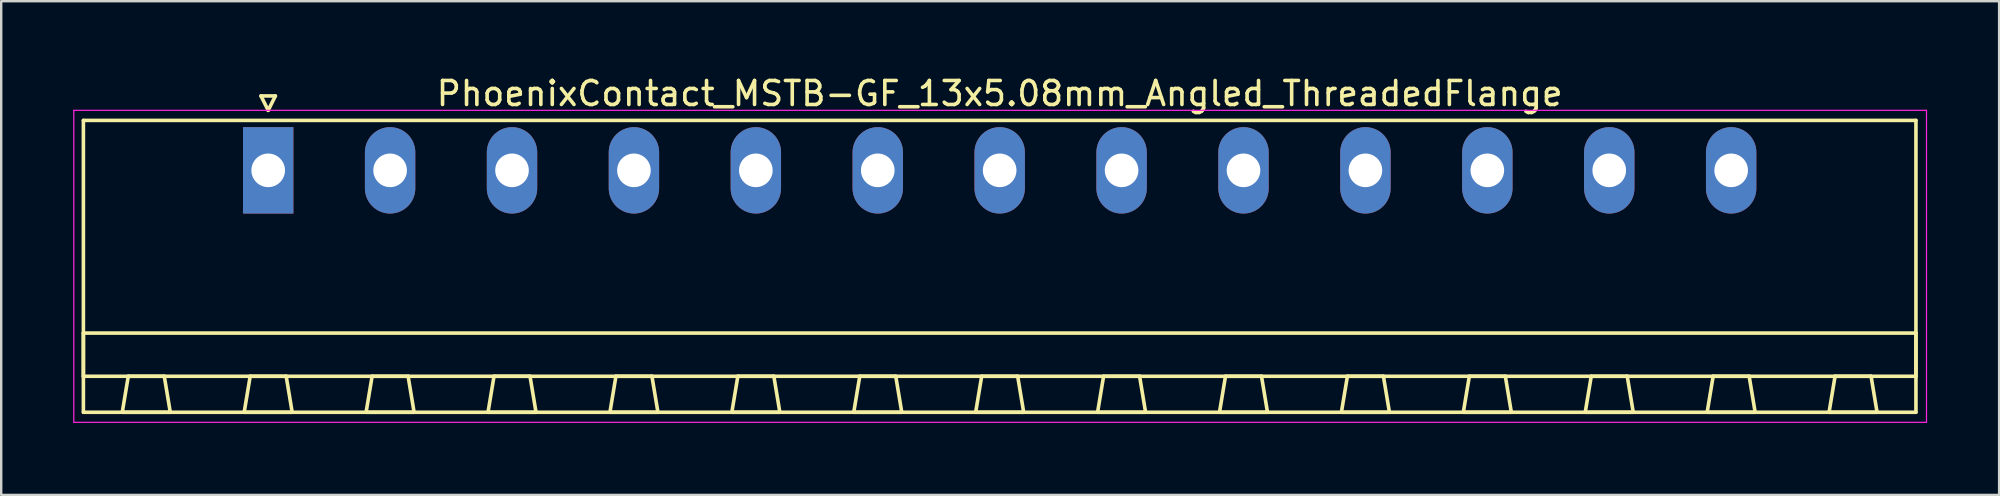
<source format=kicad_pcb>
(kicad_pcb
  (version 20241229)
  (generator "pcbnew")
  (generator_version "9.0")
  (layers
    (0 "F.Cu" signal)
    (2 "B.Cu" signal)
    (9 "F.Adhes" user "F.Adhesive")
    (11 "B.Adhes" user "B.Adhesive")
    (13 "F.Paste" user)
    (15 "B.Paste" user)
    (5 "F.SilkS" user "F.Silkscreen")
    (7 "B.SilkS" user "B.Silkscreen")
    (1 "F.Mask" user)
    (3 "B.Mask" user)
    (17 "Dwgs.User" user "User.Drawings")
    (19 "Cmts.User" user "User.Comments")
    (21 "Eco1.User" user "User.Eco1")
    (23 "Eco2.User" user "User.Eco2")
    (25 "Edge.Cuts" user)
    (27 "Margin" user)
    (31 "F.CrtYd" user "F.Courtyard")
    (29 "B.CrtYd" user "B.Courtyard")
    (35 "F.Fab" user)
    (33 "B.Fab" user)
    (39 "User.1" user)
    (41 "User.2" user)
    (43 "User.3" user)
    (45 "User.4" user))
  (footprint "PhoenixContact_MSTB-GF_13x5.08mm_Angled_ThreadedFlange"
    (layer "F.Cu")
    (at 8.125 4.048)
    (property "Reference" "PhoenixContact_MSTB-GF_13x5.08mm_Angled_ThreadedFlange" (at 30.48 -3.2 0) (layer "F.SilkS") (effects (font (size 1 1) (thickness 0.15))))
    (attr through_hole)
    (fp_line (start -7.7 -2.08) (end -7.7 10.08) (stroke (width 0.15) (type solid)) (layer "F.SilkS"))
    (fp_line (start -7.7 6.78) (end 68.66 6.78) (stroke (width 0.15) (type solid)) (layer "F.SilkS"))
    (fp_line (start -7.7 8.58) (end -7.7 6.78) (stroke (width 0.15) (type solid)) (layer "F.SilkS"))
    (fp_line (start -7.7 10.08) (end 68.66 10.08) (stroke (width 0.15) (type solid)) (layer "F.SilkS"))
    (fp_line (start -6.08 10.08) (end -4.08 10.08) (stroke (width 0.15) (type solid)) (layer "F.SilkS"))
    (fp_line (start -5.83 8.58) (end -6.08 10.08) (stroke (width 0.15) (type solid)) (layer "F.SilkS"))
    (fp_line (start -4.33 8.58) (end -5.83 8.58) (stroke (width 0.15) (type solid)) (layer "F.SilkS"))
    (fp_line (start -4.08 10.08) (end -4.33 8.58) (stroke (width 0.15) (type solid)) (layer "F.SilkS"))
    (fp_line (start -1 10.08) (end 1 10.08) (stroke (width 0.15) (type solid)) (layer "F.SilkS"))
    (fp_line (start -0.75 8.58) (end -1 10.08) (stroke (width 0.15) (type solid)) (layer "F.SilkS"))
    (fp_line (start -0.3 -3.1) (end 0 -2.5) (stroke (width 0.15) (type solid)) (layer "F.SilkS"))
    (fp_line (start 0 -2.5) (end 0.3 -3.1) (stroke (width 0.15) (type solid)) (layer "F.SilkS"))
    (fp_line (start 0.3 -3.1) (end -0.3 -3.1) (stroke (width 0.15) (type solid)) (layer "F.SilkS"))
    (fp_line (start 0.75 8.58) (end -0.75 8.58) (stroke (width 0.15) (type solid)) (layer "F.SilkS"))
    (fp_line (start 1 10.08) (end 0.75 8.58) (stroke (width 0.15) (type solid)) (layer "F.SilkS"))
    (fp_line (start 4.08 10.08) (end 6.08 10.08) (stroke (width 0.15) (type solid)) (layer "F.SilkS"))
    (fp_line (start 4.33 8.58) (end 4.08 10.08) (stroke (width 0.15) (type solid)) (layer "F.SilkS"))
    (fp_line (start 5.83 8.58) (end 4.33 8.58) (stroke (width 0.15) (type solid)) (layer "F.SilkS"))
    (fp_line (start 6.08 10.08) (end 5.83 8.58) (stroke (width 0.15) (type solid)) (layer "F.SilkS"))
    (fp_line (start 9.16 10.08) (end 11.16 10.08) (stroke (width 0.15) (type solid)) (layer "F.SilkS"))
    (fp_line (start 9.41 8.58) (end 9.16 10.08) (stroke (width 0.15) (type solid)) (layer "F.SilkS"))
    (fp_line (start 10.91 8.58) (end 9.41 8.58) (stroke (width 0.15) (type solid)) (layer "F.SilkS"))
    (fp_line (start 11.16 10.08) (end 10.91 8.58) (stroke (width 0.15) (type solid)) (layer "F.SilkS"))
    (fp_line (start 14.24 10.08) (end 16.24 10.08) (stroke (width 0.15) (type solid)) (layer "F.SilkS"))
    (fp_line (start 14.49 8.58) (end 14.24 10.08) (stroke (width 0.15) (type solid)) (layer "F.SilkS"))
    (fp_line (start 15.99 8.58) (end 14.49 8.58) (stroke (width 0.15) (type solid)) (layer "F.SilkS"))
    (fp_line (start 16.24 10.08) (end 15.99 8.58) (stroke (width 0.15) (type solid)) (layer "F.SilkS"))
    (fp_line (start 19.32 10.08) (end 21.32 10.08) (stroke (width 0.15) (type solid)) (layer "F.SilkS"))
    (fp_line (start 19.57 8.58) (end 19.32 10.08) (stroke (width 0.15) (type solid)) (layer "F.SilkS"))
    (fp_line (start 21.07 8.58) (end 19.57 8.58) (stroke (width 0.15) (type solid)) (layer "F.SilkS"))
    (fp_line (start 21.32 10.08) (end 21.07 8.58) (stroke (width 0.15) (type solid)) (layer "F.SilkS"))
    (fp_line (start 24.4 10.08) (end 26.4 10.08) (stroke (width 0.15) (type solid)) (layer "F.SilkS"))
    (fp_line (start 24.65 8.58) (end 24.4 10.08) (stroke (width 0.15) (type solid)) (layer "F.SilkS"))
    (fp_line (start 26.15 8.58) (end 24.65 8.58) (stroke (width 0.15) (type solid)) (layer "F.SilkS"))
    (fp_line (start 26.4 10.08) (end 26.15 8.58) (stroke (width 0.15) (type solid)) (layer "F.SilkS"))
    (fp_line (start 29.48 10.08) (end 31.48 10.08) (stroke (width 0.15) (type solid)) (layer "F.SilkS"))
    (fp_line (start 29.73 8.58) (end 29.48 10.08) (stroke (width 0.15) (type solid)) (layer "F.SilkS"))
    (fp_line (start 31.23 8.58) (end 29.73 8.58) (stroke (width 0.15) (type solid)) (layer "F.SilkS"))
    (fp_line (start 31.48 10.08) (end 31.23 8.58) (stroke (width 0.15) (type solid)) (layer "F.SilkS"))
    (fp_line (start 34.56 10.08) (end 36.56 10.08) (stroke (width 0.15) (type solid)) (layer "F.SilkS"))
    (fp_line (start 34.81 8.58) (end 34.56 10.08) (stroke (width 0.15) (type solid)) (layer "F.SilkS"))
    (fp_line (start 36.31 8.58) (end 34.81 8.58) (stroke (width 0.15) (type solid)) (layer "F.SilkS"))
    (fp_line (start 36.56 10.08) (end 36.31 8.58) (stroke (width 0.15) (type solid)) (layer "F.SilkS"))
    (fp_line (start 39.64 10.08) (end 41.64 10.08) (stroke (width 0.15) (type solid)) (layer "F.SilkS"))
    (fp_line (start 39.89 8.58) (end 39.64 10.08) (stroke (width 0.15) (type solid)) (layer "F.SilkS"))
    (fp_line (start 41.39 8.58) (end 39.89 8.58) (stroke (width 0.15) (type solid)) (layer "F.SilkS"))
    (fp_line (start 41.64 10.08) (end 41.39 8.58) (stroke (width 0.15) (type solid)) (layer "F.SilkS"))
    (fp_line (start 44.72 10.08) (end 46.72 10.08) (stroke (width 0.15) (type solid)) (layer "F.SilkS"))
    (fp_line (start 44.97 8.58) (end 44.72 10.08) (stroke (width 0.15) (type solid)) (layer "F.SilkS"))
    (fp_line (start 46.47 8.58) (end 44.97 8.58) (stroke (width 0.15) (type solid)) (layer "F.SilkS"))
    (fp_line (start 46.72 10.08) (end 46.47 8.58) (stroke (width 0.15) (type solid)) (layer "F.SilkS"))
    (fp_line (start 49.8 10.08) (end 51.8 10.08) (stroke (width 0.15) (type solid)) (layer "F.SilkS"))
    (fp_line (start 50.05 8.58) (end 49.8 10.08) (stroke (width 0.15) (type solid)) (layer "F.SilkS"))
    (fp_line (start 51.55 8.58) (end 50.05 8.58) (stroke (width 0.15) (type solid)) (layer "F.SilkS"))
    (fp_line (start 51.8 10.08) (end 51.55 8.58) (stroke (width 0.15) (type solid)) (layer "F.SilkS"))
    (fp_line (start 54.88 10.08) (end 56.88 10.08) (stroke (width 0.15) (type solid)) (layer "F.SilkS"))
    (fp_line (start 55.13 8.58) (end 54.88 10.08) (stroke (width 0.15) (type solid)) (layer "F.SilkS"))
    (fp_line (start 56.63 8.58) (end 55.13 8.58) (stroke (width 0.15) (type solid)) (layer "F.SilkS"))
    (fp_line (start 56.88 10.08) (end 56.63 8.58) (stroke (width 0.15) (type solid)) (layer "F.SilkS"))
    (fp_line (start 59.96 10.08) (end 61.96 10.08) (stroke (width 0.15) (type solid)) (layer "F.SilkS"))
    (fp_line (start 60.21 8.58) (end 59.96 10.08) (stroke (width 0.15) (type solid)) (layer "F.SilkS"))
    (fp_line (start 61.71 8.58) (end 60.21 8.58) (stroke (width 0.15) (type solid)) (layer "F.SilkS"))
    (fp_line (start 61.96 10.08) (end 61.71 8.58) (stroke (width 0.15) (type solid)) (layer "F.SilkS"))
    (fp_line (start 65.04 10.08) (end 67.04 10.08) (stroke (width 0.15) (type solid)) (layer "F.SilkS"))
    (fp_line (start 65.29 8.58) (end 65.04 10.08) (stroke (width 0.15) (type solid)) (layer "F.SilkS"))
    (fp_line (start 66.79 8.58) (end 65.29 8.58) (stroke (width 0.15) (type solid)) (layer "F.SilkS"))
    (fp_line (start 67.04 10.08) (end 66.79 8.58) (stroke (width 0.15) (type solid)) (layer "F.SilkS"))
    (fp_line (start 68.66 -2.08) (end -7.7 -2.08) (stroke (width 0.15) (type solid)) (layer "F.SilkS"))
    (fp_line (start 68.66 6.78) (end 68.66 8.58) (stroke (width 0.15) (type solid)) (layer "F.SilkS"))
    (fp_line (start 68.66 8.58) (end -7.7 8.58) (stroke (width 0.15) (type solid)) (layer "F.SilkS"))
    (fp_line (start 68.66 10.08) (end 68.66 -2.08) (stroke (width 0.15) (type solid)) (layer "F.SilkS"))
    (fp_line (start -8.1 -2.5) (end -8.1 10.5) (stroke (width 0.05) (type solid)) (layer "F.CrtYd"))
    (fp_line (start -8.1 10.5) (end 69.1 10.5) (stroke (width 0.05) (type solid)) (layer "F.CrtYd"))
    (fp_line (start 69.1 -2.5) (end -8.1 -2.5) (stroke (width 0.05) (type solid)) (layer "F.CrtYd"))
    (fp_line (start 69.1 10.5) (end 69.1 -2.5) (stroke (width 0.05) (type solid)) (layer "F.CrtYd"))
    (pad "1" thru_hole rect (at 0 0) (size 2.1 3.6) (drill 1.4) (layers "*.Cu" "*.Mask"))
    (pad "2" thru_hole oval (at 5.08 0) (size 2.1 3.6) (drill 1.4) (layers "*.Cu" "*.Mask"))
    (pad "3" thru_hole oval (at 10.16 0) (size 2.1 3.6) (drill 1.4) (layers "*.Cu" "*.Mask"))
    (pad "4" thru_hole oval (at 15.24 0) (size 2.1 3.6) (drill 1.4) (layers "*.Cu" "*.Mask"))
    (pad "5" thru_hole oval (at 20.32 0) (size 2.1 3.6) (drill 1.4) (layers "*.Cu" "*.Mask"))
    (pad "6" thru_hole oval (at 25.4 0) (size 2.1 3.6) (drill 1.4) (layers "*.Cu" "*.Mask"))
    (pad "7" thru_hole oval (at 30.48 0) (size 2.1 3.6) (drill 1.4) (layers "*.Cu" "*.Mask"))
    (pad "8" thru_hole oval (at 35.56 0) (size 2.1 3.6) (drill 1.4) (layers "*.Cu" "*.Mask"))
    (pad "9" thru_hole oval (at 40.64 0) (size 2.1 3.6) (drill 1.4) (layers "*.Cu" "*.Mask"))
    (pad "10" thru_hole oval (at 45.72 0) (size 2.1 3.6) (drill 1.4) (layers "*.Cu" "*.Mask"))
    (pad "11" thru_hole oval (at 50.8 0) (size 2.1 3.6) (drill 1.4) (layers "*.Cu" "*.Mask"))
    (pad "12" thru_hole oval (at 55.88 0) (size 2.1 3.6) (drill 1.4) (layers "*.Cu" "*.Mask"))
    (pad "13" thru_hole oval (at 60.96 0) (size 2.1 3.6) (drill 1.4) (layers "*.Cu" "*.Mask")))
  (gr_rect
    (start -3 -3)
    (end 80.25 17.573)
    (stroke (width 0.1) (type default))
    (fill no)
    (layer "Edge.Cuts")))
</source>
